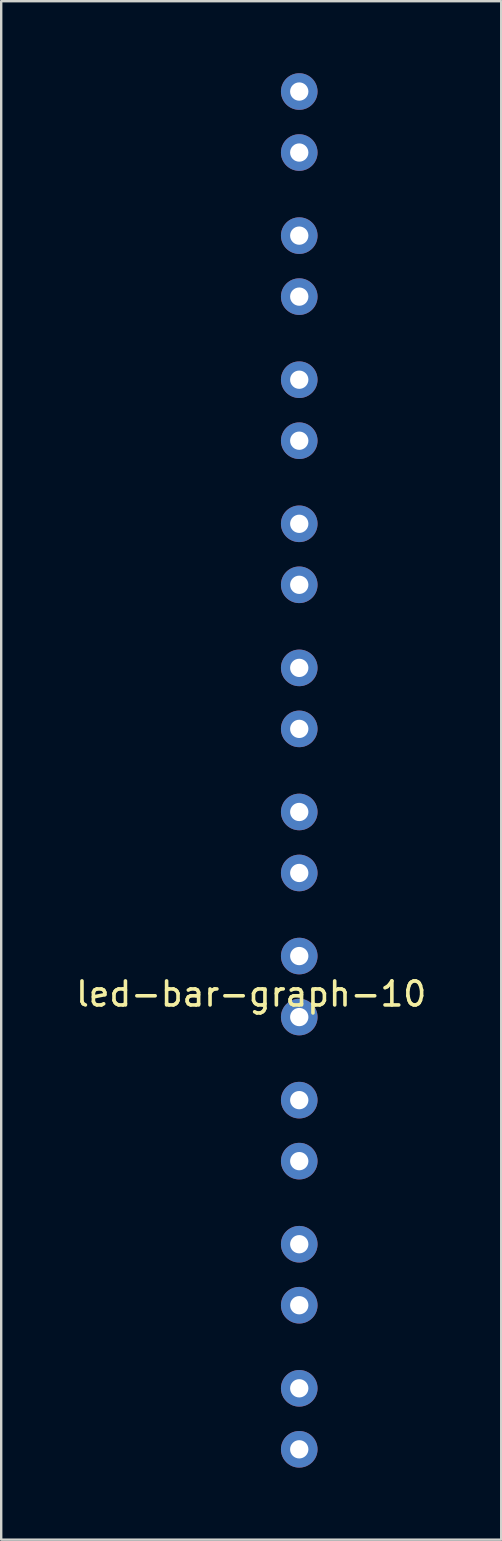
<source format=kicad_pcb>
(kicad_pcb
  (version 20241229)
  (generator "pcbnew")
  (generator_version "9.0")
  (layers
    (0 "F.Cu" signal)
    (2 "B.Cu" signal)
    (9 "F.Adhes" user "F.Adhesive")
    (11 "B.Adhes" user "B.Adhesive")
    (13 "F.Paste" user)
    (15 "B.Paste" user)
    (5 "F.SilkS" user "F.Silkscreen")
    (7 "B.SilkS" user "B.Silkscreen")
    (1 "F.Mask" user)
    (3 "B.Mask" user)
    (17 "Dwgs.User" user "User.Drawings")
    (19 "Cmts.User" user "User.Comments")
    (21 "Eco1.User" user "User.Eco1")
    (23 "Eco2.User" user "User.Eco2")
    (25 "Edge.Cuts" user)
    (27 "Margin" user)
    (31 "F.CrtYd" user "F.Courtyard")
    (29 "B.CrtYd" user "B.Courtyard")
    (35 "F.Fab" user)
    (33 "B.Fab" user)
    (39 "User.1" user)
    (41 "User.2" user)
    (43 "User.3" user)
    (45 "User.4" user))
  (footprint "led-bar-graph-10"
    (layer "F.Cu")
    (at 9.411 34.762)
    (property "Reference" "led-bar-graph-10" (at -2 3.58 0) (layer "F.SilkS") (effects (font (size 1 1) (thickness 0.15))))
    (attr through_hole)
    (pad "1" thru_hole circle (at 0 -31.46) (size 1.524 1.524) (drill 0.762) (layers "*.Cu" "*.Mask"))
    (pad "2" thru_hole circle (at 0 -25.46) (size 1.524 1.524) (drill 0.762) (layers "*.Cu" "*.Mask"))
    (pad "3" thru_hole circle (at 0 -19.46) (size 1.524 1.524) (drill 0.762) (layers "*.Cu" "*.Mask"))
    (pad "4" thru_hole circle (at 0 -13.46) (size 1.524 1.524) (drill 0.762) (layers "*.Cu" "*.Mask"))
    (pad "5" thru_hole circle (at 0 -7.46) (size 1.524 1.524) (drill 0.762) (layers "*.Cu" "*.Mask"))
    (pad "6" thru_hole circle (at 0 -1.46) (size 1.524 1.524) (drill 0.762) (layers "*.Cu" "*.Mask"))
    (pad "7" thru_hole circle (at 0 4.54) (size 1.524 1.524) (drill 0.762) (layers "*.Cu" "*.Mask"))
    (pad "8" thru_hole circle (at 0 10.54) (size 1.524 1.524) (drill 0.762) (layers "*.Cu" "*.Mask"))
    (pad "9" thru_hole circle (at 0 16.54) (size 1.524 1.524) (drill 0.762) (layers "*.Cu" "*.Mask"))
    (pad "10" thru_hole circle (at 0 22.54) (size 1.524 1.524) (drill 0.762) (layers "*.Cu" "*.Mask"))
    (pad "11" thru_hole circle (at 0 20) (size 1.524 1.524) (drill 0.762) (layers "*.Cu" "*.Mask"))
    (pad "12" thru_hole circle (at 0 14) (size 1.524 1.524) (drill 0.762) (layers "*.Cu" "*.Mask"))
    (pad "13" thru_hole circle (at 0 8) (size 1.524 1.524) (drill 0.762) (layers "*.Cu" "*.Mask"))
    (pad "14" thru_hole circle (at 0 2) (size 1.524 1.524) (drill 0.762) (layers "*.Cu" "*.Mask"))
    (pad "15" thru_hole circle (at 0 -4) (size 1.524 1.524) (drill 0.762) (layers "*.Cu" "*.Mask"))
    (pad "16" thru_hole circle (at 0 -10) (size 1.524 1.524) (drill 0.762) (layers "*.Cu" "*.Mask"))
    (pad "17" thru_hole circle (at 0 -16) (size 1.524 1.524) (drill 0.762) (layers "*.Cu" "*.Mask"))
    (pad "18" thru_hole circle (at 0 -22) (size 1.524 1.524) (drill 0.762) (layers "*.Cu" "*.Mask"))
    (pad "19" thru_hole circle (at 0 -28) (size 1.524 1.524) (drill 0.762) (layers "*.Cu" "*.Mask"))
    (pad "20" thru_hole circle (at 0 -34) (size 1.524 1.524) (drill 0.762) (layers "*.Cu" "*.Mask")))
  (gr_rect
    (start -3 -3)
    (end 17.821 61.064)
    (stroke (width 0.1) (type default))
    (fill no)
    (layer "Edge.Cuts")))
</source>
